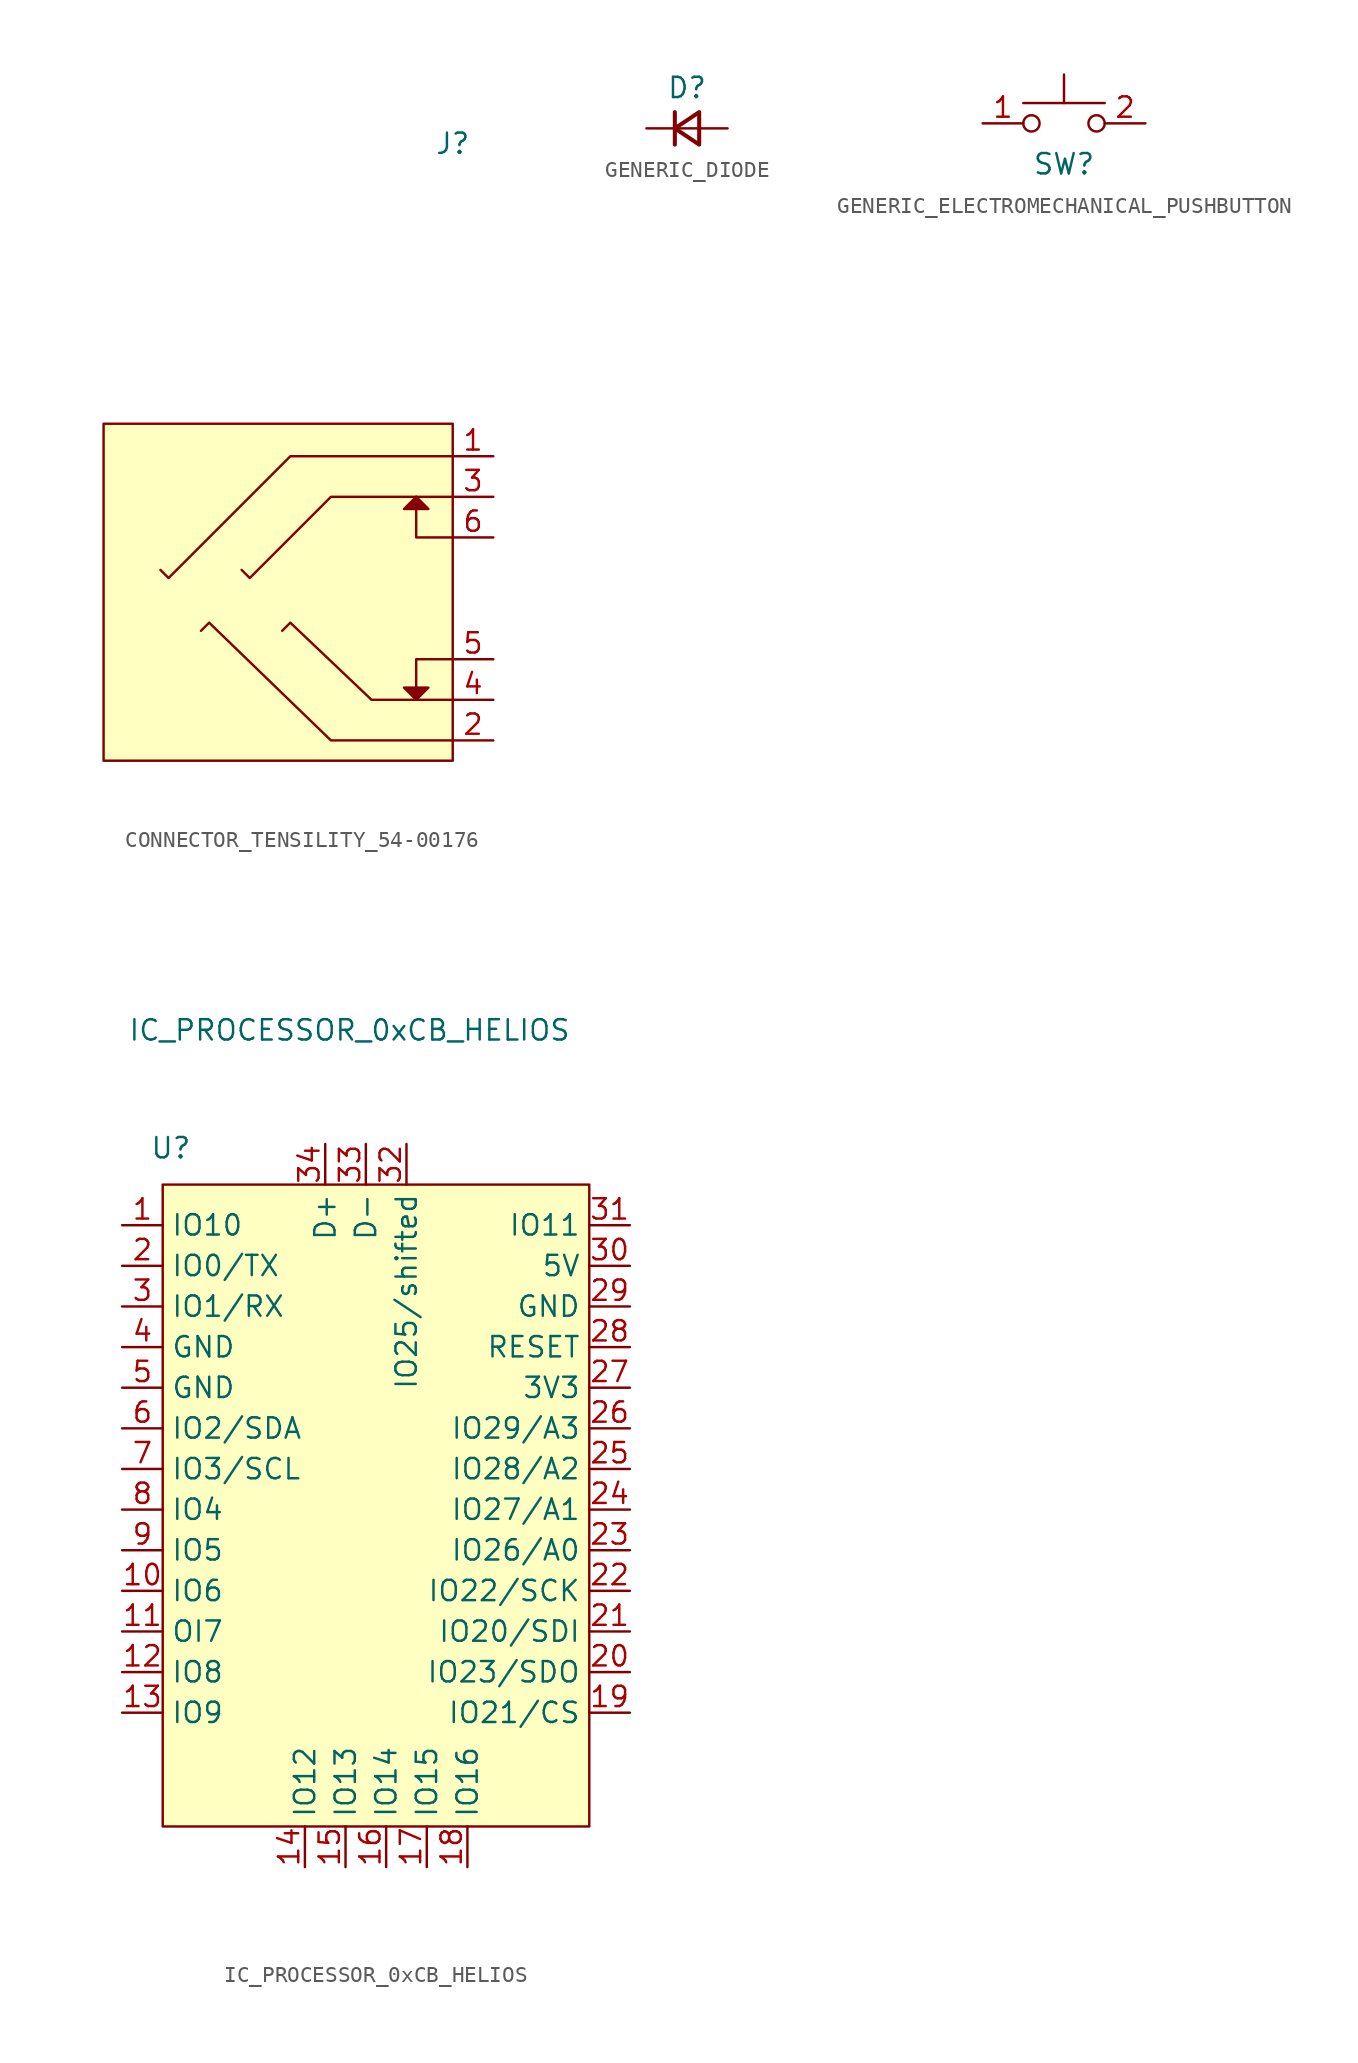
<source format=kicad_sym>
(kicad_symbol_lib
  (version 20241209)
  (generator "kicad_symbol_editor")
  (generator_version "9.0")
  (symbol "CONNECTOR_TENSILITY_54-00176"
    (property "Reference" "J"
      (at 0 29.718 0)
      (effects (font (size 1.27 1.27))))
    (symbol "CONNECTOR_TENSILITY_54-00176_0_1"
      (polyline (pts (xy -2.286 7.62) (xy -1.524 6.858) (xy -3.048 6.858) (xy -2.286 7.62)) (stroke (width 0) (type default)) (fill (type outline)))
      (polyline (pts (xy -2.286 -5.08) (xy -3.048 -4.318) (xy -1.524 -4.318) (xy -2.286 -5.08)) (stroke (width 0) (type default)) (fill (type outline)))
      (polyline (pts (xy 0 10.16) (xy -10.16 10.16) (xy -17.78 2.54) (xy -18.288 3.048)) (stroke (width 0) (type default)) (fill (type none)))
      (polyline (pts (xy 0 7.62) (xy -7.62 7.62) (xy -12.7 2.54) (xy -13.208 3.048)) (stroke (width 0) (type default)) (fill (type none)))
      (polyline (pts (xy 0 5.08) (xy -2.286 5.08) (xy -2.286 7.62)) (stroke (width 0) (type default)) (fill (type none)))
      (polyline (pts (xy 0 -2.54) (xy -2.286 -2.54) (xy -2.286 -5.08)) (stroke (width 0) (type default)) (fill (type none)))
      (polyline (pts (xy 0 -5.08) (xy -5.08 -5.08) (xy -10.16 -0.254) (xy -10.668 -0.762)) (stroke (width 0) (type default)) (fill (type none)))
      (polyline (pts (xy 0 -7.62) (xy -7.62 -7.62) (xy -15.24 -0.254) (xy -15.748 -0.762)) (stroke (width 0) (type default)) (fill (type none))))
    (symbol "CONNECTOR_TENSILITY_54-00176_1_1"
      (rectangle (start -21.844 12.192) (end 0 -8.89) (stroke (width 0) (type solid)) (fill (type background)))
      (pin passive line (at 2.54 10.16 180) (length 2.54) (name "" (effects (font (size 1.27 1.27)))) (number "1" (effects (font (size 1.27 1.27)))))
      (pin passive line (at 2.54 7.62 180) (length 2.54) (name "" (effects (font (size 1.27 1.27)))) (number "3" (effects (font (size 1.27 1.27)))))
      (pin passive line (at 2.54 5.08 180) (length 2.54) (name "" (effects (font (size 1.27 1.27)))) (number "6" (effects (font (size 1.27 1.27)))))
      (pin passive line (at 2.54 -2.54 180) (length 2.54) (name "" (effects (font (size 1.27 1.27)))) (number "5" (effects (font (size 1.27 1.27)))))
      (pin passive line (at 2.54 -5.08 180) (length 2.54) (name "" (effects (font (size 1.27 1.27)))) (number "4" (effects (font (size 1.27 1.27)))))
      (pin passive line (at 2.54 -7.62 180) (length 2.54) (name "" (effects (font (size 1.27 1.27)))) (number "2" (effects (font (size 1.27 1.27)))))))
  (symbol "GENERIC_DIODE"
    (pin_numbers
      (hide yes))
    (pin_names
      (offset 1.016)
      (hide yes))
    (property "Reference" "D"
      (at 0 2.54 0)
      (effects (font (size 1.27 1.27))))
    (symbol "GENERIC_DIODE_0_1"
      (polyline (pts (xy -0.762 0) (xy 0.762 0)) (stroke (width 0) (type default)) (fill (type none)))
      (polyline (pts (xy -0.762 -1.016) (xy -0.762 1.016)) (stroke (width 0.254) (type default)) (fill (type none)))
      (polyline (pts (xy 0.762 -1.016) (xy -0.762 0) (xy 0.762 1.016) (xy 0.762 -1.016)) (stroke (width 0.254) (type default)) (fill (type none))))
    (symbol "GENERIC_DIODE_1_1"
      (pin passive line (at -2.54 0 0) (length 1.778) (name "K" (effects (font (size 1.27 1.27)))) (number "1" (effects (font (size 1.27 1.27)))))
      (pin passive line (at 2.54 0 180) (length 1.778) (name "A" (effects (font (size 1.27 1.27)))) (number "2" (effects (font (size 1.27 1.27)))))))
  (symbol "GENERIC_ELECTROMECHANICAL_PUSHBUTTON"
    (pin_names
      (offset 1.016)
      (hide yes))
    (property "Reference" "SW"
      (at 0 -2.54 0)
      (effects (font (size 1.27 1.27))))
    (symbol "GENERIC_ELECTROMECHANICAL_PUSHBUTTON_0_1"
      (circle (center -2.032 0) (radius 0.508) (stroke (width 0) (type default)) (fill (type none)))
      (polyline (pts (xy 0 1.27) (xy 0 3.048)) (stroke (width 0) (type default)) (fill (type none)))
      (circle (center 2.032 0) (radius 0.508) (stroke (width 0) (type default)) (fill (type none)))
      (polyline (pts (xy 2.54 1.27) (xy -2.54 1.27)) (stroke (width 0) (type default)) (fill (type none))))
    (symbol "GENERIC_ELECTROMECHANICAL_PUSHBUTTON_1_1"
      (pin passive line (at -5.08 0 0) (length 2.54) (name "2" (effects (font (size 1.27 1.27)))) (number "1" (effects (font (size 1.27 1.27)))))
      (pin passive line (at 5.08 0 180) (length 2.54) (name "2" (effects (font (size 1.27 1.27)))) (number "2" (effects (font (size 1.27 1.27)))))))
  (symbol "IC_PROCESSOR_0xCB_HELIOS"
    (property "Reference" "U"
      (at 0.508 2.286 0)
      (effects (font (size 1.27 1.27))))
    (property "Value" "IC_PROCESSOR_0xCB_HELIOS"
      (at 11.684 9.652 0)
      (effects (font (size 1.27 1.27))))
    (symbol "IC_PROCESSOR_0xCB_HELIOS_1_1"
      (rectangle (start 0 0) (end 26.67 -40.132) (stroke (width 0) (type default)) (fill (type background)))
      (pin input line (at -2.54 -2.54 0) (length 2.54) (name "IO10" (effects (font (size 1.27 1.27)))) (number "1" (effects (font (size 1.27 1.27)))))
      (pin input line (at -2.54 -5.08 0) (length 2.54) (name "IO0/TX" (effects (font (size 1.27 1.27)))) (number "2" (effects (font (size 1.27 1.27)))))
      (pin input line (at -2.54 -7.62 0) (length 2.54) (name "IO1/RX" (effects (font (size 1.27 1.27)))) (number "3" (effects (font (size 1.27 1.27)))))
      (pin input line (at -2.54 -10.16 0) (length 2.54) (name "GND" (effects (font (size 1.27 1.27)))) (number "4" (effects (font (size 1.27 1.27)))))
      (pin input line (at -2.54 -12.7 0) (length 2.54) (name "GND" (effects (font (size 1.27 1.27)))) (number "5" (effects (font (size 1.27 1.27)))))
      (pin input line (at -2.54 -15.24 0) (length 2.54) (name "IO2/SDA" (effects (font (size 1.27 1.27)))) (number "6" (effects (font (size 1.27 1.27)))))
      (pin input line (at -2.54 -17.78 0) (length 2.54) (name "IO3/SCL" (effects (font (size 1.27 1.27)))) (number "7" (effects (font (size 1.27 1.27)))))
      (pin input line (at -2.54 -20.32 0) (length 2.54) (name "IO4" (effects (font (size 1.27 1.27)))) (number "8" (effects (font (size 1.27 1.27)))))
      (pin input line (at -2.54 -22.86 0) (length 2.54) (name "IO5" (effects (font (size 1.27 1.27)))) (number "9" (effects (font (size 1.27 1.27)))))
      (pin input line (at -2.54 -25.4 0) (length 2.54) (name "IO6" (effects (font (size 1.27 1.27)))) (number "10" (effects (font (size 1.27 1.27)))))
      (pin input line (at -2.54 -27.94 0) (length 2.54) (name "OI7" (effects (font (size 1.27 1.27)))) (number "11" (effects (font (size 1.27 1.27)))))
      (pin input line (at -2.54 -30.48 0) (length 2.54) (name "IO8" (effects (font (size 1.27 1.27)))) (number "12" (effects (font (size 1.27 1.27)))))
      (pin input line (at -2.54 -33.02 0) (length 2.54) (name "IO9" (effects (font (size 1.27 1.27)))) (number "13" (effects (font (size 1.27 1.27)))))
      (pin input line (at 8.89 -42.672 90) (length 2.54) (name "IO12" (effects (font (size 1.27 1.27)))) (number "14" (effects (font (size 1.27 1.27)))))
      (pin input line (at 10.16 2.54 270) (length 2.54) (name "D+" (effects (font (size 1.27 1.27)))) (number "34" (effects (font (size 1.27 1.27)))))
      (pin input line (at 11.43 -42.672 90) (length 2.54) (name "IO13" (effects (font (size 1.27 1.27)))) (number "15" (effects (font (size 1.27 1.27)))))
      (pin input line (at 12.7 2.54 270) (length 2.54) (name "D-" (effects (font (size 1.27 1.27)))) (number "33" (effects (font (size 1.27 1.27)))))
      (pin input line (at 13.97 -42.672 90) (length 2.54) (name "IO14" (effects (font (size 1.27 1.27)))) (number "16" (effects (font (size 1.27 1.27)))))
      (pin input line (at 15.24 2.54 270) (length 2.54) (name "IO25/shifted" (effects (font (size 1.27 1.27)))) (number "32" (effects (font (size 1.27 1.27)))))
      (pin input line (at 16.51 -42.672 90) (length 2.54) (name "IO15" (effects (font (size 1.27 1.27)))) (number "17" (effects (font (size 1.27 1.27)))))
      (pin input line (at 19.05 -42.672 90) (length 2.54) (name "IO16" (effects (font (size 1.27 1.27)))) (number "18" (effects (font (size 1.27 1.27)))))
      (pin input line (at 29.21 -2.54 180) (length 2.54) (name "IO11" (effects (font (size 1.27 1.27)))) (number "31" (effects (font (size 1.27 1.27)))))
      (pin input line (at 29.21 -5.08 180) (length 2.54) (name "5V" (effects (font (size 1.27 1.27)))) (number "30" (effects (font (size 1.27 1.27)))))
      (pin input line (at 29.21 -7.62 180) (length 2.54) (name "GND" (effects (font (size 1.27 1.27)))) (number "29" (effects (font (size 1.27 1.27)))))
      (pin input line (at 29.21 -10.16 180) (length 2.54) (name "RESET" (effects (font (size 1.27 1.27)))) (number "28" (effects (font (size 1.27 1.27)))))
      (pin input line (at 29.21 -12.7 180) (length 2.54) (name "3V3" (effects (font (size 1.27 1.27)))) (number "27" (effects (font (size 1.27 1.27)))))
      (pin input line (at 29.21 -15.24 180) (length 2.54) (name "IO29/A3" (effects (font (size 1.27 1.27)))) (number "26" (effects (font (size 1.27 1.27)))))
      (pin input line (at 29.21 -17.78 180) (length 2.54) (name "IO28/A2" (effects (font (size 1.27 1.27)))) (number "25" (effects (font (size 1.27 1.27)))))
      (pin input line (at 29.21 -20.32 180) (length 2.54) (name "IO27/A1" (effects (font (size 1.27 1.27)))) (number "24" (effects (font (size 1.27 1.27)))))
      (pin input line (at 29.21 -22.86 180) (length 2.54) (name "IO26/A0" (effects (font (size 1.27 1.27)))) (number "23" (effects (font (size 1.27 1.27)))))
      (pin input line (at 29.21 -25.4 180) (length 2.54) (name "IO22/SCK" (effects (font (size 1.27 1.27)))) (number "22" (effects (font (size 1.27 1.27)))))
      (pin input line (at 29.21 -27.94 180) (length 2.54) (name "IO20/SDI" (effects (font (size 1.27 1.27)))) (number "21" (effects (font (size 1.27 1.27)))))
      (pin input line (at 29.21 -30.48 180) (length 2.54) (name "IO23/SDO" (effects (font (size 1.27 1.27)))) (number "20" (effects (font (size 1.27 1.27)))))
      (pin input line (at 29.21 -33.02 180) (length 2.54) (name "IO21/CS" (effects (font (size 1.27 1.27)))) (number "19" (effects (font (size 1.27 1.27))))))))
</source>
